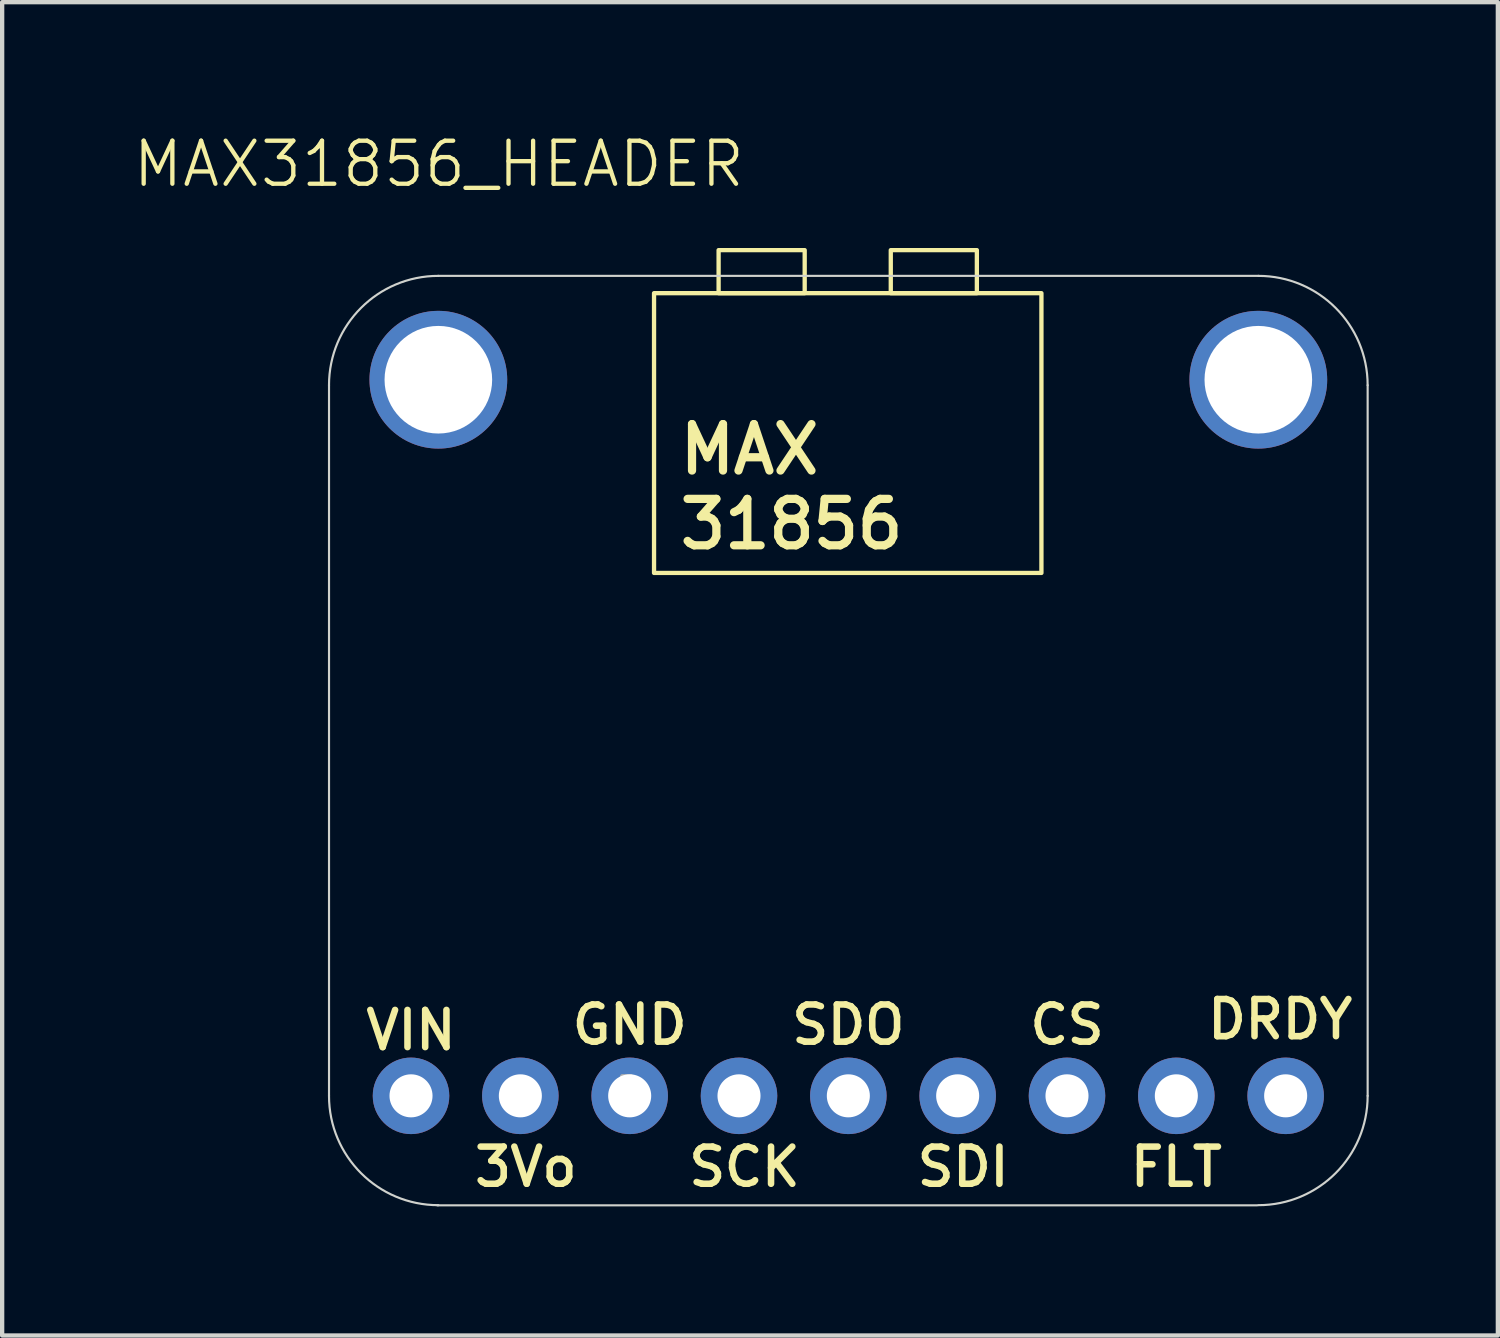
<source format=kicad_pcb>
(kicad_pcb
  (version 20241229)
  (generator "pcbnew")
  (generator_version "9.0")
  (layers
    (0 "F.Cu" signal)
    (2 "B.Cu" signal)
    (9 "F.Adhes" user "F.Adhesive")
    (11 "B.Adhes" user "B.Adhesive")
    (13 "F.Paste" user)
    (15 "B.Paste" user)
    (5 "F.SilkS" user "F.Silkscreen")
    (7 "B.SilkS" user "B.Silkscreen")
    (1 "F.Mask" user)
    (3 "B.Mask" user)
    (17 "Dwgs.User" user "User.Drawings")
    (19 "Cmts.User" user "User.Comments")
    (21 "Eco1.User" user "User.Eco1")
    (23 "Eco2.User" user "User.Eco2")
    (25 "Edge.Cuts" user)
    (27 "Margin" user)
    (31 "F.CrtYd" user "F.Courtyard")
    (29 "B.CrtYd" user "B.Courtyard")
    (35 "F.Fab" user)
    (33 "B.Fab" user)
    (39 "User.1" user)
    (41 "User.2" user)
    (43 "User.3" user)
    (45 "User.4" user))
  (footprint "MAX31856_HEADER"
    (layer "F.Cu")
    (at 7.145 5.761)
    (property "Reference" "MAX31856_HEADER" (at 0 -5 0) (unlocked yes) (layer "F.SilkS") (effects (font (size 1 1) (thickness 0.1))))
    (attr through_hole)
    (fp_rect (start 5 -2) (end 14 4.5) (stroke (width 0.1) (type default)) (fill no) (layer "F.SilkS"))
    (fp_rect (start 6.5 -3) (end 8.5 -2) (stroke (width 0.1) (type default)) (fill no) (layer "F.SilkS"))
    (fp_rect (start 10.5 -3) (end 12.5 -2) (stroke (width 0.1) (type default)) (fill no) (layer "F.SilkS"))
    (fp_line (start -2.551 16.648) (end -2.551 0.138) (stroke (width 0.05) (type solid)) (layer "Edge.Cuts"))
    (fp_line (start -0.011 -2.402) (end 19.039 -2.402) (stroke (width 0.05) (type solid)) (layer "Edge.Cuts"))
    (fp_line (start 19.013 19.192) (end -0.037 19.192) (stroke (width 0.05) (type solid)) (layer "Edge.Cuts"))
    (fp_line (start 21.579 0.138) (end 21.579 16.648) (stroke (width 0.05) (type solid)) (layer "Edge.Cuts"))
    (fp_arc (start -2.551314 0.138314) (mid -1.807365 -1.657737) (end -0.011314 -2.401686) (stroke (width 0.05) (type solid)) (layer "Edge.Cuts"))
    (fp_arc (start -0.011314 19.188314) (mid -1.807365 18.444365) (end -2.551314 16.648314) (stroke (width 0.05) (type solid)) (layer "Edge.Cuts"))
    (fp_arc (start 19.038686 -2.401686) (mid 20.834737 -1.657737) (end 21.578686 0.138314) (stroke (width 0.05) (type solid)) (layer "Edge.Cuts"))
    (fp_arc (start 21.578686 16.648314) (mid 20.834737 18.444365) (end 19.038686 19.188314) (stroke (width 0.05) (type solid)) (layer "Edge.Cuts"))
    (fp_poly (pts (xy 4.261 17.033) (xy 4.464 17.033) (xy 4.464 16.194) (xy 4.261 16.194)) (stroke (width 0.1) (type default)) (fill no) (layer "F.Fab"))
    (fp_text user "GND" (at 4.434 14.997 0) (unlocked yes) (layer "F.SilkS") (effects (font (size 0.864 0.864) (thickness 0.152))))
    (fp_text user "DRDY" (at 19.547 14.87 0) (unlocked yes) (layer "F.SilkS") (effects (font (size 0.864 0.864) (thickness 0.152))))
    (fp_text user "SCK" (at 7.101 18.299 0) (unlocked yes) (layer "F.SilkS") (effects (font (size 0.864 0.864) (thickness 0.152))))
    (fp_text user "3Vo" (at 2.021 18.299 0) (unlocked yes) (layer "F.SilkS") (effects (font (size 0.864 0.864) (thickness 0.152))))
    (fp_text user "FLT" (at 17.134 18.299 0) (unlocked yes) (layer "F.SilkS") (effects (font (size 0.864 0.864) (thickness 0.152))))
    (fp_text user "SDO" (at 9.514 14.997 0) (unlocked yes) (layer "F.SilkS") (effects (font (size 0.864 0.864) (thickness 0.152))))
    (fp_text user "VIN" (at -0.646 15.124 0) (unlocked yes) (layer "F.SilkS") (effects (font (size 0.864 0.864) (thickness 0.152))))
    (fp_text user "MAX\n31856" (at 5.5 4 0) (unlocked yes) (layer "F.SilkS") (effects (font (size 1.079 1.079) (thickness 0.191)) (justify left bottom)))
    (fp_text user "SDI" (at 12.181 18.299 0) (unlocked yes) (layer "F.SilkS") (effects (font (size 0.864 0.864) (thickness 0.152))))
    (fp_text user "CS" (at 14.594 14.997 0) (unlocked yes) (layer "F.SilkS") (effects (font (size 0.864 0.864) (thickness 0.152))))
    (pad "1" thru_hole circle (at 19.674 16.648 270) (size 1.778 1.778) (drill 1) (layers "*.Cu" "*.Mask"))
    (pad "2" thru_hole circle (at 17.134 16.648 270) (size 1.778 1.778) (drill 1) (layers "*.Cu" "*.Mask"))
    (pad "3" thru_hole circle (at 14.594 16.648 270) (size 1.778 1.778) (drill 1) (layers "*.Cu" "*.Mask"))
    (pad "4" thru_hole circle (at 12.054 16.648 270) (size 1.778 1.778) (drill 1) (layers "*.Cu" "*.Mask"))
    (pad "5" thru_hole circle (at 9.514 16.648 270) (size 1.778 1.778) (drill 1) (layers "*.Cu" "*.Mask"))
    (pad "6" thru_hole circle (at 6.974 16.648 270) (size 1.778 1.778) (drill 1) (layers "*.Cu" "*.Mask"))
    (pad "7" thru_hole circle (at 4.434 16.648 270) (size 1.778 1.778) (drill 1) (layers "*.Cu" "*.Mask"))
    (pad "8" thru_hole circle (at 1.894 16.648 270) (size 1.778 1.778) (drill 1) (layers "*.Cu" "*.Mask"))
    (pad "9" thru_hole circle (at -0.646 16.648 270) (size 1.778 1.778) (drill 1) (layers "*.Cu" "*.Mask"))
    (pad "P$1" thru_hole circle (at -0.011 0.011) (size 3.2 3.2) (drill 2.5) (layers "*.Cu" "*.Mask"))
    (pad "P$1" thru_hole circle (at 19.039 0.011) (size 3.2 3.2) (drill 2.5) (layers "*.Cu" "*.Mask"))
    (zone (net_name "") (layer "F.Cu") (hatch edge 0.5) (connect_pads) (min_thickness 0.25) (filled_areas_thickness no) (keepout (tracks not_allowed) (vias not_allowed) (pads not_allowed) (copperpour not_allowed) (footprints allowed)) (placement (enabled no)) (fill) (polygon (pts (xy 9.15 5.772) (xy 9.13 5.491) (xy 9.072 5.216) (xy 8.976 4.952) (xy 8.844 4.703) (xy 8.678 4.476) (xy 8.483 4.274) (xy 8.261 4.1) (xy 8.018 3.96) (xy 7.757 3.854) (xy 7.484 3.786) (xy 7.204 3.757) (xy 6.923 3.767) (xy 6.646 3.816) (xy 6.379 3.903) (xy 6.126 4.026) (xy 5.893 4.183) (xy 5.684 4.371) (xy 5.503 4.587) (xy 5.354 4.825) (xy 5.24 5.082) (xy 5.162 5.353) (xy 5.123 5.631) (xy 5.123 5.912) (xy 5.162 6.191) (xy 5.24 6.461) (xy 5.354 6.718) (xy 5.503 6.957) (xy 5.684 7.172) (xy 5.893 7.36) (xy 6.126 7.518) (xy 6.379 7.641) (xy 6.646 7.728) (xy 6.923 7.777) (xy 7.204 7.787) (xy 7.484 7.757) (xy 7.757 7.689) (xy 8.018 7.584) (xy 8.261 7.443) (xy 8.483 7.27) (xy 8.678 7.068) (xy 8.844 6.84) (xy 8.976 6.592) (xy 9.072 6.327) (xy 9.13 6.052))) (polygon (pts (xy 7.118 5.772) (xy 7.123 5.783) (xy 7.134 5.788) (xy 7.145 5.783) (xy 7.15 5.772) (xy 7.145 5.761) (xy 7.134 5.756) (xy 7.123 5.761))))
    (zone (net_name "") (layer "F.Cu") (hatch edge 0.5) (connect_pads) (min_thickness 0.25) (filled_areas_thickness no) (keepout (tracks not_allowed) (vias not_allowed) (pads not_allowed) (copperpour not_allowed) (footprints allowed)) (placement (enabled no)) (fill) (polygon (pts (xy 28.2 5.772) (xy 28.18 5.491) (xy 28.122 5.216) (xy 28.026 4.952) (xy 27.894 4.703) (xy 27.728 4.476) (xy 27.533 4.274) (xy 27.311 4.1) (xy 27.068 3.96) (xy 26.807 3.854) (xy 26.534 3.786) (xy 26.254 3.757) (xy 25.973 3.767) (xy 25.696 3.816) (xy 25.429 3.903) (xy 25.176 4.026) (xy 24.943 4.183) (xy 24.734 4.371) (xy 24.553 4.587) (xy 24.404 4.825) (xy 24.29 5.082) (xy 24.212 5.353) (xy 24.173 5.631) (xy 24.173 5.912) (xy 24.212 6.191) (xy 24.29 6.461) (xy 24.404 6.718) (xy 24.553 6.957) (xy 24.734 7.172) (xy 24.943 7.36) (xy 25.176 7.518) (xy 25.429 7.641) (xy 25.696 7.728) (xy 25.973 7.777) (xy 26.254 7.787) (xy 26.534 7.757) (xy 26.807 7.689) (xy 27.068 7.584) (xy 27.311 7.443) (xy 27.533 7.27) (xy 27.728 7.068) (xy 27.894 6.84) (xy 28.026 6.592) (xy 28.122 6.327) (xy 28.18 6.052))) (polygon (pts (xy 26.168 5.772) (xy 26.173 5.783) (xy 26.184 5.788) (xy 26.195 5.783) (xy 26.2 5.772) (xy 26.195 5.761) (xy 26.184 5.756) (xy 26.173 5.761))))
    (zone (net_name "") (layer "B.Cu") (hatch edge 0.5) (connect_pads) (min_thickness 0.25) (filled_areas_thickness no) (keepout (tracks not_allowed) (vias not_allowed) (pads not_allowed) (copperpour not_allowed) (footprints allowed)) (placement (enabled no)) (fill) (polygon (pts (xy 9.15 5.772) (xy 9.13 5.491) (xy 9.072 5.216) (xy 8.976 4.952) (xy 8.844 4.703) (xy 8.678 4.476) (xy 8.483 4.274) (xy 8.261 4.1) (xy 8.018 3.96) (xy 7.757 3.854) (xy 7.484 3.786) (xy 7.204 3.757) (xy 6.923 3.767) (xy 6.646 3.816) (xy 6.379 3.903) (xy 6.126 4.026) (xy 5.893 4.183) (xy 5.684 4.371) (xy 5.503 4.587) (xy 5.354 4.825) (xy 5.24 5.082) (xy 5.162 5.353) (xy 5.123 5.631) (xy 5.123 5.912) (xy 5.162 6.191) (xy 5.24 6.461) (xy 5.354 6.718) (xy 5.503 6.957) (xy 5.684 7.172) (xy 5.893 7.36) (xy 6.126 7.518) (xy 6.379 7.641) (xy 6.646 7.728) (xy 6.923 7.777) (xy 7.204 7.787) (xy 7.484 7.757) (xy 7.757 7.689) (xy 8.018 7.584) (xy 8.261 7.443) (xy 8.483 7.27) (xy 8.678 7.068) (xy 8.844 6.84) (xy 8.976 6.592) (xy 9.072 6.327) (xy 9.13 6.052))) (polygon (pts (xy 7.118 5.772) (xy 7.123 5.783) (xy 7.134 5.788) (xy 7.145 5.783) (xy 7.15 5.772) (xy 7.145 5.761) (xy 7.134 5.756) (xy 7.123 5.761))))
    (zone (net_name "") (layer "B.Cu") (hatch edge 0.5) (connect_pads) (min_thickness 0.25) (filled_areas_thickness no) (keepout (tracks not_allowed) (vias not_allowed) (pads not_allowed) (copperpour not_allowed) (footprints allowed)) (placement (enabled no)) (fill) (polygon (pts (xy 28.2 5.772) (xy 28.18 5.491) (xy 28.122 5.216) (xy 28.026 4.952) (xy 27.894 4.703) (xy 27.728 4.476) (xy 27.533 4.274) (xy 27.311 4.1) (xy 27.068 3.96) (xy 26.807 3.854) (xy 26.534 3.786) (xy 26.254 3.757) (xy 25.973 3.767) (xy 25.696 3.816) (xy 25.429 3.903) (xy 25.176 4.026) (xy 24.943 4.183) (xy 24.734 4.371) (xy 24.553 4.587) (xy 24.404 4.825) (xy 24.29 5.082) (xy 24.212 5.353) (xy 24.173 5.631) (xy 24.173 5.912) (xy 24.212 6.191) (xy 24.29 6.461) (xy 24.404 6.718) (xy 24.553 6.957) (xy 24.734 7.172) (xy 24.943 7.36) (xy 25.176 7.518) (xy 25.429 7.641) (xy 25.696 7.728) (xy 25.973 7.777) (xy 26.254 7.787) (xy 26.534 7.757) (xy 26.807 7.689) (xy 27.068 7.584) (xy 27.311 7.443) (xy 27.533 7.27) (xy 27.728 7.068) (xy 27.894 6.84) (xy 28.026 6.592) (xy 28.122 6.327) (xy 28.18 6.052))) (polygon (pts (xy 26.168 5.772) (xy 26.173 5.783) (xy 26.184 5.788) (xy 26.195 5.783) (xy 26.2 5.772) (xy 26.195 5.761) (xy 26.184 5.756) (xy 26.173 5.761)))))
  (gr_rect
    (start -3 -3)
    (end 31.749 27.977)
    (stroke (width 0.1) (type default))
    (fill no)
    (layer "Edge.Cuts")))
</source>
